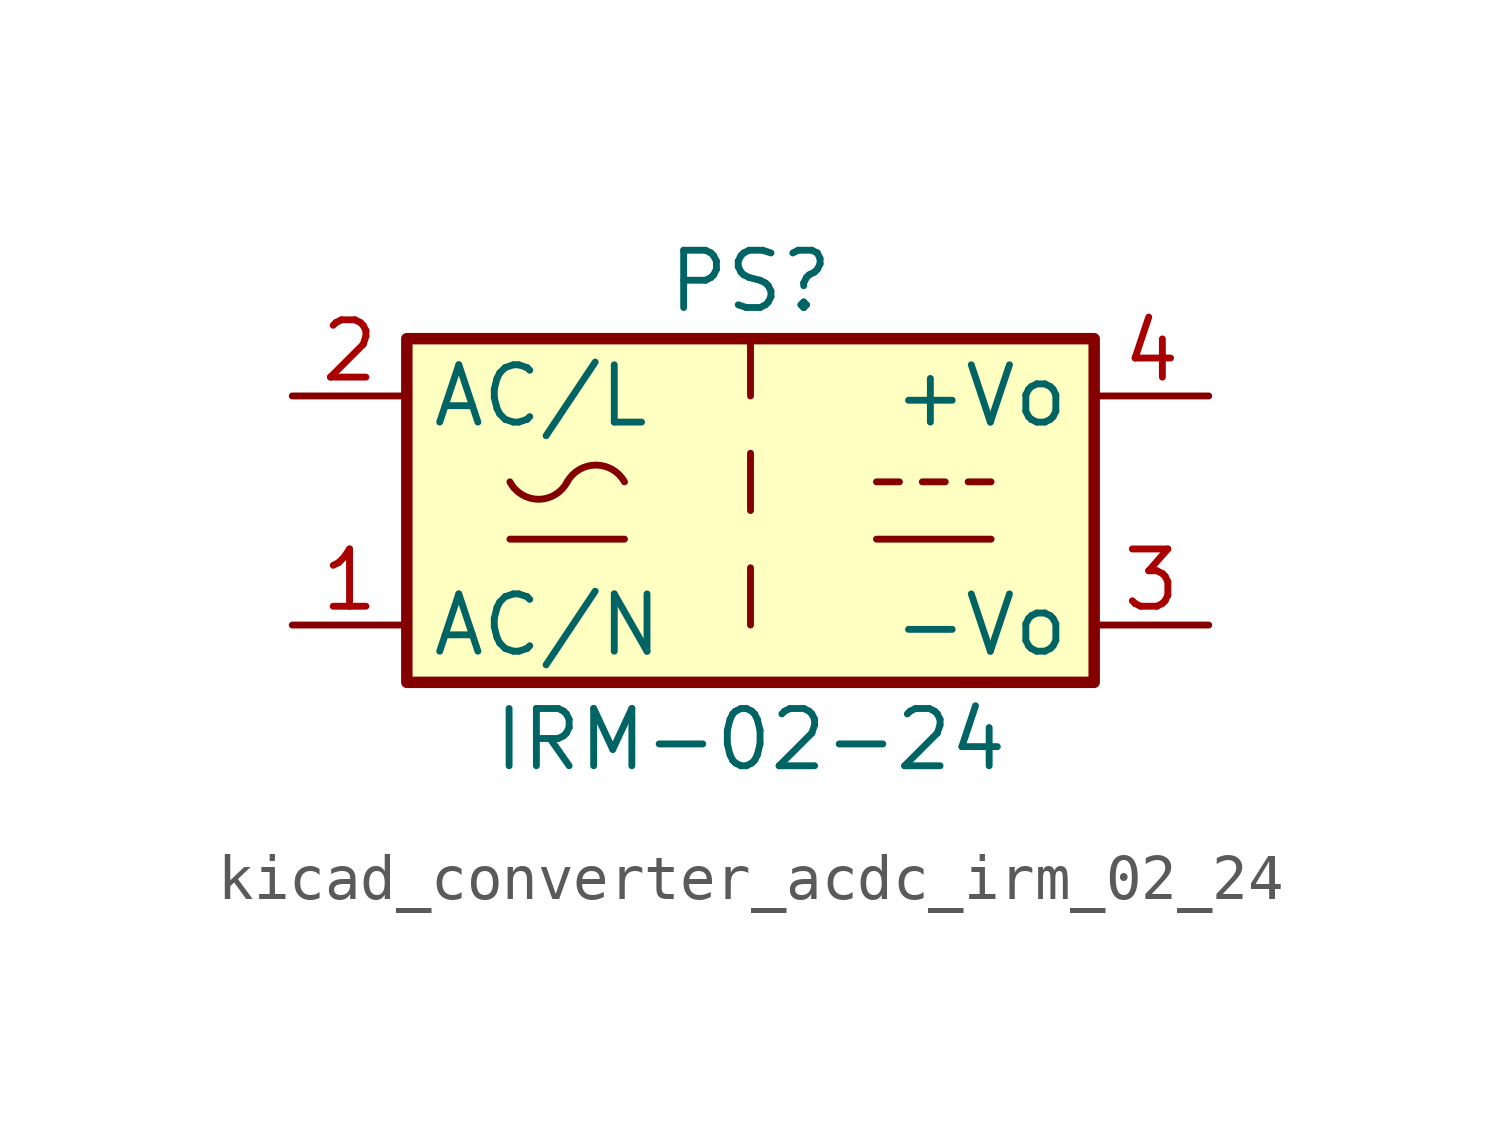
<source format=kicad_sym>
(kicad_symbol_lib
  (version 20220914)
  (generator kicad_symbol_editor)
  (symbol "kicad_converter_acdc_irm_02_24"
    (property "Reference" "PS"
      (at 0 5.08 0)
      (effects (font (size 1.27 1.27))))
    (property "Value" "IRM-02-24"
      (at 0 -5.08 0)
      (effects (font (size 1.27 1.27))))
    (symbol "kicad_converter_acdc_irm_02_24_0_1"
      (rectangle (start -7.62 3.81) (end 7.62 -3.81) (stroke (width 0.254) (type default)) (fill (type background)))
      (arc (start -5.334 0.635) (mid -4.699 0.2495) (end -4.064 0.635) (stroke (width 0) (type default)) (fill (type none)))
      (arc (start -2.794 0.635) (mid -3.429 1.0072) (end -4.064 0.635) (stroke (width 0) (type default)) (fill (type none)))
      (polyline (pts (xy -5.334 -0.635) (xy -2.794 -0.635)) (stroke (width 0) (type default)) (fill (type none)))
      (polyline (pts (xy 2.794 -0.635) (xy 5.334 -0.635)) (stroke (width 0) (type default)) (fill (type none)))
      (polyline (pts (xy 2.794 0.635) (xy 3.302 0.635)) (stroke (width 0) (type default)) (fill (type none)))
      (polyline (pts (xy 3.81 0.635) (xy 4.318 0.635)) (stroke (width 0) (type default)) (fill (type none)))
      (polyline (pts (xy 4.826 0.635) (xy 5.334 0.635)) (stroke (width 0) (type default)) (fill (type none))))
    (symbol "kicad_converter_acdc_irm_02_24_1_1"
      (polyline (pts (xy 0 -1.27) (xy 0 -2.54)) (stroke (width 0) (type default)) (fill (type none)))
      (polyline (pts (xy 0 1.27) (xy 0 0)) (stroke (width 0) (type default)) (fill (type none)))
      (polyline (pts (xy 0 3.81) (xy 0 2.54)) (stroke (width 0) (type default)) (fill (type none)))
      (pin power_in line (at -10.16 -2.54 0) (length 2.54) (name "AC/N" (effects (font (size 1.27 1.27)))) (number "1" (effects (font (size 1.27 1.27)))))
      (pin power_in line (at -10.16 2.54 0) (length 2.54) (name "AC/L" (effects (font (size 1.27 1.27)))) (number "2" (effects (font (size 1.27 1.27)))))
      (pin power_out line (at 10.16 -2.54 180) (length 2.54) (name "-Vo" (effects (font (size 1.27 1.27)))) (number "3" (effects (font (size 1.27 1.27)))))
      (pin power_out line (at 10.16 2.54 180) (length 2.54) (name "+Vo" (effects (font (size 1.27 1.27)))) (number "4" (effects (font (size 1.27 1.27))))))))
</source>
